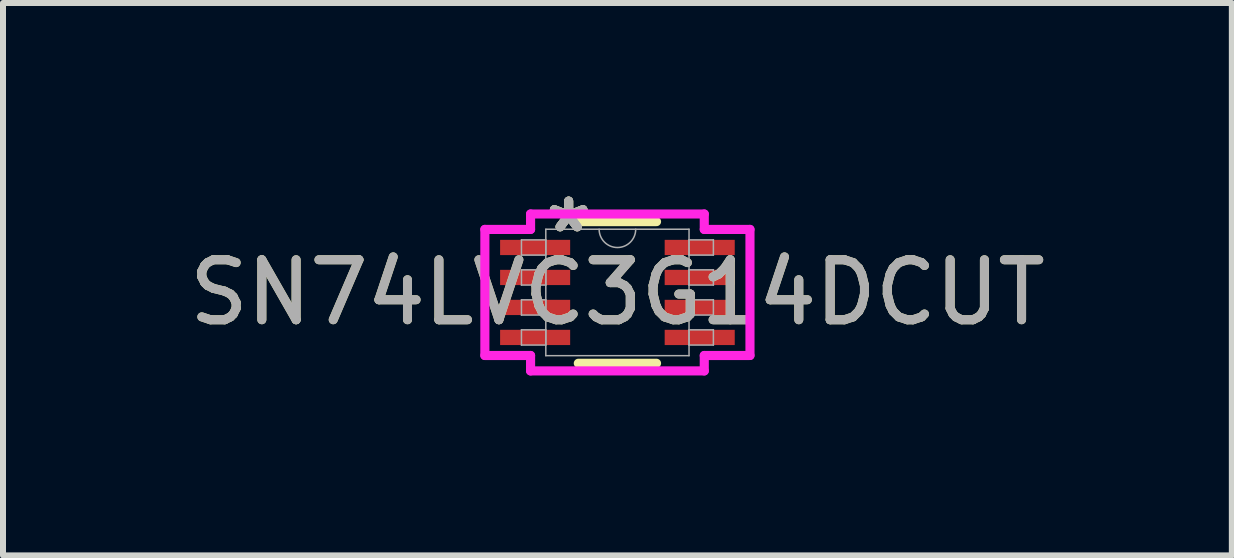
<source format=kicad_pcb>
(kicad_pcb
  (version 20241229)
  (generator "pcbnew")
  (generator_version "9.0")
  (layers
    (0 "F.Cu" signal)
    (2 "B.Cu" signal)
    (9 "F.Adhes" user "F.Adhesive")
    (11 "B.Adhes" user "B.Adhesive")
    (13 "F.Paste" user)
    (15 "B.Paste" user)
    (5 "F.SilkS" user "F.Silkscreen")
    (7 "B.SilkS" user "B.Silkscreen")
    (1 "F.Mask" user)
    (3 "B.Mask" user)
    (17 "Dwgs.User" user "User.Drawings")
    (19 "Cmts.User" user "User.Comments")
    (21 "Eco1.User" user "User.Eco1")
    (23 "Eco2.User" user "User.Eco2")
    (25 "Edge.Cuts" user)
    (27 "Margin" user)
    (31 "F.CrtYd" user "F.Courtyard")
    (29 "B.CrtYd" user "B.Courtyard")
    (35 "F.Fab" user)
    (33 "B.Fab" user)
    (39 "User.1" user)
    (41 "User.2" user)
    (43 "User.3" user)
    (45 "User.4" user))
  (footprint "SN74LVC3G14DCUT"
    (layer "F.Cu")
    (at 7.244 1.826)
    (property "Reference" "SN74LVC3G14DCUT" (at 0 0 0) (unlocked yes) (layer "F.SilkS") (effects (font (size 1 1) (thickness 0.15))))
    (attr smd)
    (fp_line (start -0.652 1.181) (end 0.652 1.181) (stroke (width 0.152) (type solid)) (layer "F.SilkS"))
    (fp_line (start 0.652 -1.181) (end -0.652 -1.181) (stroke (width 0.152) (type solid)) (layer "F.SilkS"))
    (fp_line (start -2.21 -1.051) (end -1.448 -1.051) (stroke (width 0.152) (type solid)) (layer "F.CrtYd"))
    (fp_line (start -2.21 1.051) (end -2.21 -1.051) (stroke (width 0.152) (type solid)) (layer "F.CrtYd"))
    (fp_line (start -2.21 1.051) (end -1.448 1.051) (stroke (width 0.152) (type solid)) (layer "F.CrtYd"))
    (fp_line (start -1.448 -1.308) (end 1.448 -1.308) (stroke (width 0.152) (type solid)) (layer "F.CrtYd"))
    (fp_line (start -1.448 -1.051) (end -1.448 -1.308) (stroke (width 0.152) (type solid)) (layer "F.CrtYd"))
    (fp_line (start -1.448 1.308) (end -1.448 1.051) (stroke (width 0.152) (type solid)) (layer "F.CrtYd"))
    (fp_line (start 1.448 -1.308) (end 1.448 -1.051) (stroke (width 0.152) (type solid)) (layer "F.CrtYd"))
    (fp_line (start 1.448 1.051) (end 1.448 1.308) (stroke (width 0.152) (type solid)) (layer "F.CrtYd"))
    (fp_line (start 1.448 1.308) (end -1.448 1.308) (stroke (width 0.152) (type solid)) (layer "F.CrtYd"))
    (fp_line (start 2.21 -1.051) (end 1.448 -1.051) (stroke (width 0.152) (type solid)) (layer "F.CrtYd"))
    (fp_line (start 2.21 -1.051) (end 2.21 1.051) (stroke (width 0.152) (type solid)) (layer "F.CrtYd"))
    (fp_line (start 2.21 1.051) (end 1.448 1.051) (stroke (width 0.152) (type solid)) (layer "F.CrtYd"))
    (fp_line (start -1.6 -0.877) (end -1.6 -0.623) (stroke (width 0.025) (type solid)) (layer "F.Fab"))
    (fp_line (start -1.6 -0.623) (end -1.194 -0.623) (stroke (width 0.025) (type solid)) (layer "F.Fab"))
    (fp_line (start -1.6 -0.377) (end -1.6 -0.123) (stroke (width 0.025) (type solid)) (layer "F.Fab"))
    (fp_line (start -1.6 -0.123) (end -1.194 -0.123) (stroke (width 0.025) (type solid)) (layer "F.Fab"))
    (fp_line (start -1.6 0.123) (end -1.6 0.377) (stroke (width 0.025) (type solid)) (layer "F.Fab"))
    (fp_line (start -1.6 0.377) (end -1.194 0.377) (stroke (width 0.025) (type solid)) (layer "F.Fab"))
    (fp_line (start -1.6 0.623) (end -1.6 0.877) (stroke (width 0.025) (type solid)) (layer "F.Fab"))
    (fp_line (start -1.6 0.877) (end -1.194 0.877) (stroke (width 0.025) (type solid)) (layer "F.Fab"))
    (fp_line (start -1.194 -1.054) (end -1.194 1.054) (stroke (width 0.025) (type solid)) (layer "F.Fab"))
    (fp_line (start -1.194 -0.877) (end -1.6 -0.877) (stroke (width 0.025) (type solid)) (layer "F.Fab"))
    (fp_line (start -1.194 -0.623) (end -1.194 -0.877) (stroke (width 0.025) (type solid)) (layer "F.Fab"))
    (fp_line (start -1.194 -0.377) (end -1.6 -0.377) (stroke (width 0.025) (type solid)) (layer "F.Fab"))
    (fp_line (start -1.194 -0.123) (end -1.194 -0.377) (stroke (width 0.025) (type solid)) (layer "F.Fab"))
    (fp_line (start -1.194 0.123) (end -1.6 0.123) (stroke (width 0.025) (type solid)) (layer "F.Fab"))
    (fp_line (start -1.194 0.377) (end -1.194 0.123) (stroke (width 0.025) (type solid)) (layer "F.Fab"))
    (fp_line (start -1.194 0.623) (end -1.6 0.623) (stroke (width 0.025) (type solid)) (layer "F.Fab"))
    (fp_line (start -1.194 0.877) (end -1.194 0.623) (stroke (width 0.025) (type solid)) (layer "F.Fab"))
    (fp_line (start -1.194 1.054) (end 1.194 1.054) (stroke (width 0.025) (type solid)) (layer "F.Fab"))
    (fp_line (start 1.194 -1.054) (end -1.194 -1.054) (stroke (width 0.025) (type solid)) (layer "F.Fab"))
    (fp_line (start 1.194 -0.877) (end 1.194 -0.623) (stroke (width 0.025) (type solid)) (layer "F.Fab"))
    (fp_line (start 1.194 -0.623) (end 1.6 -0.623) (stroke (width 0.025) (type solid)) (layer "F.Fab"))
    (fp_line (start 1.194 -0.377) (end 1.194 -0.123) (stroke (width 0.025) (type solid)) (layer "F.Fab"))
    (fp_line (start 1.194 -0.123) (end 1.6 -0.123) (stroke (width 0.025) (type solid)) (layer "F.Fab"))
    (fp_line (start 1.194 0.123) (end 1.194 0.377) (stroke (width 0.025) (type solid)) (layer "F.Fab"))
    (fp_line (start 1.194 0.377) (end 1.6 0.377) (stroke (width 0.025) (type solid)) (layer "F.Fab"))
    (fp_line (start 1.194 0.623) (end 1.194 0.877) (stroke (width 0.025) (type solid)) (layer "F.Fab"))
    (fp_line (start 1.194 0.877) (end 1.6 0.877) (stroke (width 0.025) (type solid)) (layer "F.Fab"))
    (fp_line (start 1.194 1.054) (end 1.194 -1.054) (stroke (width 0.025) (type solid)) (layer "F.Fab"))
    (fp_line (start 1.6 -0.877) (end 1.194 -0.877) (stroke (width 0.025) (type solid)) (layer "F.Fab"))
    (fp_line (start 1.6 -0.623) (end 1.6 -0.877) (stroke (width 0.025) (type solid)) (layer "F.Fab"))
    (fp_line (start 1.6 -0.377) (end 1.194 -0.377) (stroke (width 0.025) (type solid)) (layer "F.Fab"))
    (fp_line (start 1.6 -0.123) (end 1.6 -0.377) (stroke (width 0.025) (type solid)) (layer "F.Fab"))
    (fp_line (start 1.6 0.123) (end 1.194 0.123) (stroke (width 0.025) (type solid)) (layer "F.Fab"))
    (fp_line (start 1.6 0.377) (end 1.6 0.123) (stroke (width 0.025) (type solid)) (layer "F.Fab"))
    (fp_line (start 1.6 0.623) (end 1.194 0.623) (stroke (width 0.025) (type solid)) (layer "F.Fab"))
    (fp_line (start 1.6 0.877) (end 1.6 0.623) (stroke (width 0.025) (type solid)) (layer "F.Fab"))
    (fp_arc (start 0.3048 -1.0541) (mid 0 -0.7493) (end -0.3048 -1.0541) (stroke (width 0.0254) (type solid)) (layer "F.Fab"))
    (fp_text user "*" (at -0.813 -0.978 0) (unlocked yes) (layer "F.SilkS") (effects (font (size 1 1) (thickness 0.15))))
    (fp_text user "*" (at -0.813 -0.978 0) (layer "F.SilkS") (effects (font (size 1 1) (thickness 0.15))))
    (fp_text user "*" (at -0.813 -0.978 0) (layer "F.Fab") (effects (font (size 1 1) (thickness 0.15))))
    (fp_text user "*" (at -0.813 -0.978 0) (unlocked yes) (layer "F.Fab") (effects (font (size 1 1) (thickness 0.15))))
    (fp_text user "${REFERENCE}" (at 0 0 0) (unlocked yes) (layer "F.Fab") (effects (font (size 1 1) (thickness 0.15))))
    (pad "1" smd rect (at -1.372 -0.75) (size 1.168 0.254) (layers "F.Cu" "F.Mask" "F.Paste"))
    (pad "2" smd rect (at -1.372 -0.25) (size 1.168 0.254) (layers "F.Cu" "F.Mask" "F.Paste"))
    (pad "3" smd rect (at -1.372 0.25) (size 1.168 0.254) (layers "F.Cu" "F.Mask" "F.Paste"))
    (pad "4" smd rect (at -1.372 0.75) (size 1.168 0.254) (layers "F.Cu" "F.Mask" "F.Paste"))
    (pad "5" smd rect (at 1.372 0.75) (size 1.168 0.254) (layers "F.Cu" "F.Mask" "F.Paste"))
    (pad "6" smd rect (at 1.372 0.25) (size 1.168 0.254) (layers "F.Cu" "F.Mask" "F.Paste"))
    (pad "7" smd rect (at 1.372 -0.25) (size 1.168 0.254) (layers "F.Cu" "F.Mask" "F.Paste"))
    (pad "8" smd rect (at 1.372 -0.75) (size 1.168 0.254) (layers "F.Cu" "F.Mask" "F.Paste")))
  (gr_rect
    (start -3 -3)
    (end 17.488 6.21)
    (stroke (width 0.1) (type default))
    (fill no)
    (layer "Edge.Cuts")))
</source>
